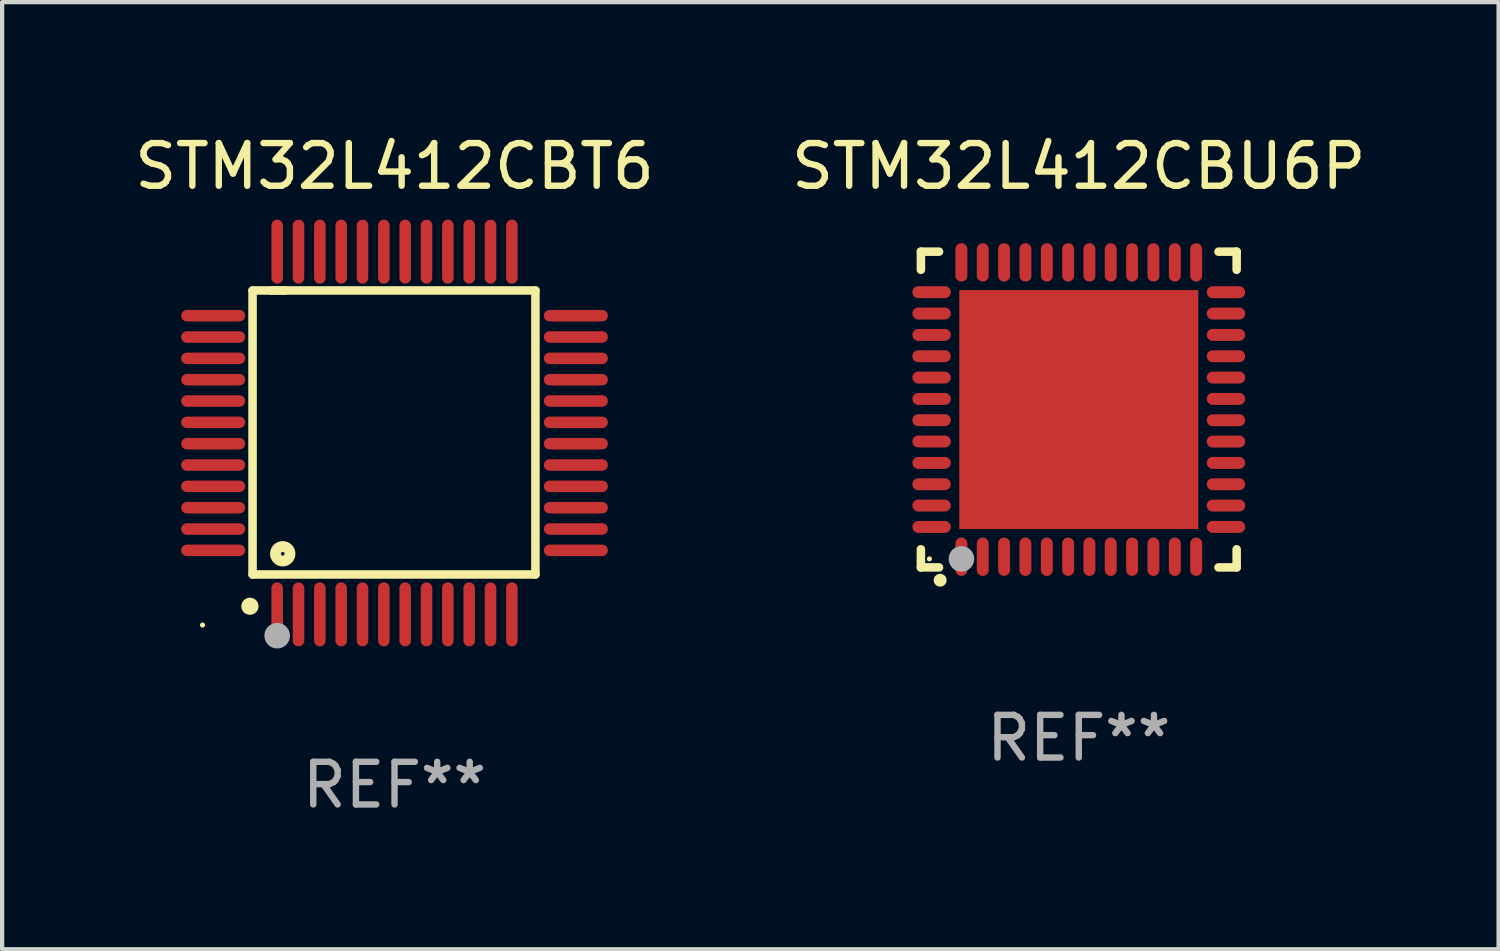
<source format=kicad_pcb>
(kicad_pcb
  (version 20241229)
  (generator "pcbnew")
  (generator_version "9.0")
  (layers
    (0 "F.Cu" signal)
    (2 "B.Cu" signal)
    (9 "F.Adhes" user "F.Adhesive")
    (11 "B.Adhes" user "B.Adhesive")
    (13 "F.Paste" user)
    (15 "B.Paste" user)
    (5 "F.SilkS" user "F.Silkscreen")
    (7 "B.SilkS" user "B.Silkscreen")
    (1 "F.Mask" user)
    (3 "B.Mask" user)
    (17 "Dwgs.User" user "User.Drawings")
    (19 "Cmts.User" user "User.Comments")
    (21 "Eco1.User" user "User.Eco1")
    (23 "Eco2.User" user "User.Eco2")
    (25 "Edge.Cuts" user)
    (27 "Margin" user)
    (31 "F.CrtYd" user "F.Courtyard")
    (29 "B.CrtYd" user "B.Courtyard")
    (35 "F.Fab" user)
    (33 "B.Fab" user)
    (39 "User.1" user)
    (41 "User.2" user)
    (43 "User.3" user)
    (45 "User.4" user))
  (footprint "STM32L412CBU6P"
    (layer "F.Cu")
    (at 22.232 6.548)
    (property "Reference" "STM32L412CBU6P" (at 0 -5.7 0) (layer "F.SilkS") (effects (font (size 1 1) (thickness 0.15))))
    (attr through_hole)
    (fp_line (start -3.7 -3.7) (end -3.275 -3.7) (stroke (width 0.2) (type solid)) (layer "F.SilkS"))
    (fp_line (start -3.7 -3.275) (end -3.7 -3.7) (stroke (width 0.2) (type solid)) (layer "F.SilkS"))
    (fp_line (start -3.7 3.7) (end -3.7 3.275) (stroke (width 0.2) (type solid)) (layer "F.SilkS"))
    (fp_line (start -3.275 3.7) (end -3.7 3.7) (stroke (width 0.2) (type solid)) (layer "F.SilkS"))
    (fp_line (start 3.7 -3.7) (end 3.275 -3.7) (stroke (width 0.2) (type solid)) (layer "F.SilkS"))
    (fp_line (start 3.7 -3.275) (end 3.7 -3.7) (stroke (width 0.2) (type solid)) (layer "F.SilkS"))
    (fp_line (start 3.7 3.275) (end 3.7 3.7) (stroke (width 0.2) (type solid)) (layer "F.SilkS"))
    (fp_line (start 3.7 3.7) (end 3.275 3.7) (stroke (width 0.2) (type solid)) (layer "F.SilkS"))
    (fp_arc (start -3.249936 3.999975) (mid -3.248666 3.99997) (end -3.247396 3.999975) (stroke (width 0.3) (type solid)) (layer "F.SilkS"))
    (fp_circle (center -3.5 3.5) (end -3.47 3.5) (stroke (width 0.06) (type solid)) (fill no) (layer "F.SilkS"))
    (fp_circle (center -2.75 3.5) (end -2.6 3.5) (stroke (width 0.3) (type solid)) (fill no) (layer "F.Fab"))
    (fp_text user "REF**" (at 0 7.7 0) (layer "F.Fab") (effects (font (size 1 1) (thickness 0.15))))
    (pad "1" smd oval (at -2.751 3.449) (size 0.28 0.9) (layers "F.Cu" "F.Mask" "F.Paste"))
    (pad "2" smd oval (at -2.25 3.449) (size 0.28 0.9) (layers "F.Cu" "F.Mask" "F.Paste"))
    (pad "3" smd oval (at -1.75 3.449) (size 0.28 0.9) (layers "F.Cu" "F.Mask" "F.Paste"))
    (pad "4" smd oval (at -1.25 3.449) (size 0.28 0.9) (layers "F.Cu" "F.Mask" "F.Paste"))
    (pad "5" smd oval (at -0.749 3.449) (size 0.28 0.9) (layers "F.Cu" "F.Mask" "F.Paste"))
    (pad "6" smd oval (at -0.249 3.449) (size 0.28 0.9) (layers "F.Cu" "F.Mask" "F.Paste"))
    (pad "7" smd oval (at 0.249 3.449) (size 0.28 0.9) (layers "F.Cu" "F.Mask" "F.Paste"))
    (pad "8" smd oval (at 0.749 3.449) (size 0.28 0.9) (layers "F.Cu" "F.Mask" "F.Paste"))
    (pad "9" smd oval (at 1.25 3.449) (size 0.28 0.9) (layers "F.Cu" "F.Mask" "F.Paste"))
    (pad "10" smd oval (at 1.75 3.449) (size 0.28 0.9) (layers "F.Cu" "F.Mask" "F.Paste"))
    (pad "11" smd oval (at 2.251 3.449) (size 0.28 0.9) (layers "F.Cu" "F.Mask" "F.Paste"))
    (pad "12" smd oval (at 2.751 3.449) (size 0.28 0.9) (layers "F.Cu" "F.Mask" "F.Paste"))
    (pad "13" smd oval (at 3.449 2.75) (size 0.9 0.28) (layers "F.Cu" "F.Mask" "F.Paste"))
    (pad "14" smd oval (at 3.449 2.25) (size 0.9 0.28) (layers "F.Cu" "F.Mask" "F.Paste"))
    (pad "15" smd oval (at 3.449 1.75) (size 0.9 0.28) (layers "F.Cu" "F.Mask" "F.Paste"))
    (pad "16" smd oval (at 3.449 1.25) (size 0.9 0.28) (layers "F.Cu" "F.Mask" "F.Paste"))
    (pad "17" smd oval (at 3.449 0.75) (size 0.9 0.28) (layers "F.Cu" "F.Mask" "F.Paste"))
    (pad "18" smd oval (at 3.449 0.25) (size 0.9 0.28) (layers "F.Cu" "F.Mask" "F.Paste"))
    (pad "19" smd oval (at 3.449 -0.25) (size 0.9 0.28) (layers "F.Cu" "F.Mask" "F.Paste"))
    (pad "20" smd oval (at 3.449 -0.75) (size 0.9 0.28) (layers "F.Cu" "F.Mask" "F.Paste"))
    (pad "21" smd oval (at 3.449 -1.25) (size 0.9 0.28) (layers "F.Cu" "F.Mask" "F.Paste"))
    (pad "22" smd oval (at 3.449 -1.75) (size 0.9 0.28) (layers "F.Cu" "F.Mask" "F.Paste"))
    (pad "23" smd oval (at 3.449 -2.25) (size 0.9 0.28) (layers "F.Cu" "F.Mask" "F.Paste"))
    (pad "24" smd oval (at 3.449 -2.75) (size 0.9 0.28) (layers "F.Cu" "F.Mask" "F.Paste"))
    (pad "25" smd oval (at 2.751 -3.449) (size 0.28 0.9) (layers "F.Cu" "F.Mask" "F.Paste"))
    (pad "26" smd oval (at 2.251 -3.449) (size 0.28 0.9) (layers "F.Cu" "F.Mask" "F.Paste"))
    (pad "27" smd oval (at 1.75 -3.449) (size 0.28 0.9) (layers "F.Cu" "F.Mask" "F.Paste"))
    (pad "28" smd oval (at 1.25 -3.449) (size 0.28 0.9) (layers "F.Cu" "F.Mask" "F.Paste"))
    (pad "29" smd oval (at 0.749 -3.449) (size 0.28 0.9) (layers "F.Cu" "F.Mask" "F.Paste"))
    (pad "30" smd oval (at 0.249 -3.449) (size 0.28 0.9) (layers "F.Cu" "F.Mask" "F.Paste"))
    (pad "31" smd oval (at -0.249 -3.449) (size 0.28 0.9) (layers "F.Cu" "F.Mask" "F.Paste"))
    (pad "32" smd oval (at -0.749 -3.449) (size 0.28 0.9) (layers "F.Cu" "F.Mask" "F.Paste"))
    (pad "33" smd oval (at -1.25 -3.449) (size 0.28 0.9) (layers "F.Cu" "F.Mask" "F.Paste"))
    (pad "34" smd oval (at -1.75 -3.449) (size 0.28 0.9) (layers "F.Cu" "F.Mask" "F.Paste"))
    (pad "35" smd oval (at -2.25 -3.449) (size 0.28 0.9) (layers "F.Cu" "F.Mask" "F.Paste"))
    (pad "36" smd oval (at -2.751 -3.449) (size 0.28 0.9) (layers "F.Cu" "F.Mask" "F.Paste"))
    (pad "37" smd oval (at -3.449 -2.751) (size 0.9 0.28) (layers "F.Cu" "F.Mask" "F.Paste"))
    (pad "38" smd oval (at -3.449 -2.25) (size 0.9 0.28) (layers "F.Cu" "F.Mask" "F.Paste"))
    (pad "39" smd oval (at -3.449 -1.75) (size 0.9 0.28) (layers "F.Cu" "F.Mask" "F.Paste"))
    (pad "40" smd oval (at -3.449 -1.25) (size 0.9 0.28) (layers "F.Cu" "F.Mask" "F.Paste"))
    (pad "41" smd oval (at -3.449 -0.749) (size 0.9 0.28) (layers "F.Cu" "F.Mask" "F.Paste"))
    (pad "42" smd oval (at -3.449 -0.249) (size 0.9 0.28) (layers "F.Cu" "F.Mask" "F.Paste"))
    (pad "43" smd oval (at -3.449 0.249) (size 0.9 0.28) (layers "F.Cu" "F.Mask" "F.Paste"))
    (pad "44" smd oval (at -3.449 0.749) (size 0.9 0.28) (layers "F.Cu" "F.Mask" "F.Paste"))
    (pad "45" smd oval (at -3.449 1.25) (size 0.9 0.28) (layers "F.Cu" "F.Mask" "F.Paste"))
    (pad "46" smd oval (at -3.449 1.75) (size 0.9 0.28) (layers "F.Cu" "F.Mask" "F.Paste"))
    (pad "47" smd oval (at -3.449 2.25) (size 0.9 0.28) (layers "F.Cu" "F.Mask" "F.Paste"))
    (pad "48" smd oval (at -3.449 2.751) (size 0.9 0.28) (layers "F.Cu" "F.Mask" "F.Paste"))
    (pad "49" smd rect (at 0.000076 -0.000025) (size 5.6 5.6) (layers "F.Cu" "F.Mask" "F.Paste")))
  (footprint "STM32L412CBT6"
    (layer "F.Cu")
    (at 6.196 7.098)
    (property "Reference" "STM32L412CBT6" (at 0 -6.25 0) (layer "F.SilkS") (effects (font (size 1 1) (thickness 0.15))))
    (attr through_hole)
    (fp_line (start -3.327 -3.34) (end -2.565 -3.34) (stroke (width 0.2) (type solid)) (layer "F.SilkS"))
    (fp_line (start -3.327 3.315) (end -3.327 -3.34) (stroke (width 0.2) (type solid)) (layer "F.SilkS"))
    (fp_line (start -2.896 -3.34) (end 3.302 -3.34) (stroke (width 0.2) (type solid)) (layer "F.SilkS"))
    (fp_line (start 3.302 -3.34) (end 3.302 3.315) (stroke (width 0.2) (type solid)) (layer "F.SilkS"))
    (fp_line (start 3.302 3.315) (end -3.327 3.315) (stroke (width 0.2) (type solid)) (layer "F.SilkS"))
    (fp_arc (start -3.389992 4.059995) (mid -3.388722 4.059991) (end -3.387452 4.059995) (stroke (width 0.4) (type solid)) (layer "F.SilkS"))
    (fp_circle (center -4.5 4.5) (end -4.47 4.5) (stroke (width 0.06) (type solid)) (fill no) (layer "F.SilkS"))
    (fp_circle (center -2.62 2.83) (end -2.45 2.83) (stroke (width 0.254) (type solid)) (fill no) (layer "F.SilkS"))
    (fp_circle (center -2.75 4.75) (end -2.6 4.75) (stroke (width 0.3) (type solid)) (fill no) (layer "F.Fab"))
    (fp_text user "REF**" (at 0 8.25 0) (layer "F.Fab") (effects (font (size 1 1) (thickness 0.15))))
    (pad "1" smd oval (at -2.75 4.25) (size 0.27 1.5) (layers "F.Cu" "F.Mask" "F.Paste"))
    (pad "2" smd oval (at -2.25 4.25) (size 0.27 1.5) (layers "F.Cu" "F.Mask" "F.Paste"))
    (pad "3" smd oval (at -1.75 4.25) (size 0.27 1.5) (layers "F.Cu" "F.Mask" "F.Paste"))
    (pad "4" smd oval (at -1.25 4.25) (size 0.27 1.5) (layers "F.Cu" "F.Mask" "F.Paste"))
    (pad "5" smd oval (at -0.75 4.25) (size 0.27 1.5) (layers "F.Cu" "F.Mask" "F.Paste"))
    (pad "6" smd oval (at -0.25 4.25) (size 0.27 1.5) (layers "F.Cu" "F.Mask" "F.Paste"))
    (pad "7" smd oval (at 0.25 4.25) (size 0.27 1.5) (layers "F.Cu" "F.Mask" "F.Paste"))
    (pad "8" smd oval (at 0.75 4.25) (size 0.27 1.5) (layers "F.Cu" "F.Mask" "F.Paste"))
    (pad "9" smd oval (at 1.25 4.25) (size 0.27 1.5) (layers "F.Cu" "F.Mask" "F.Paste"))
    (pad "10" smd oval (at 1.75 4.25) (size 0.27 1.5) (layers "F.Cu" "F.Mask" "F.Paste"))
    (pad "11" smd oval (at 2.25 4.25) (size 0.27 1.5) (layers "F.Cu" "F.Mask" "F.Paste"))
    (pad "12" smd oval (at 2.75 4.25) (size 0.27 1.5) (layers "F.Cu" "F.Mask" "F.Paste"))
    (pad "13" smd oval (at 4.25 2.75) (size 1.5 0.27) (layers "F.Cu" "F.Mask" "F.Paste"))
    (pad "14" smd oval (at 4.25 2.25) (size 1.5 0.27) (layers "F.Cu" "F.Mask" "F.Paste"))
    (pad "15" smd oval (at 4.25 1.75) (size 1.5 0.27) (layers "F.Cu" "F.Mask" "F.Paste"))
    (pad "16" smd oval (at 4.25 1.25) (size 1.5 0.27) (layers "F.Cu" "F.Mask" "F.Paste"))
    (pad "17" smd oval (at 4.25 0.75) (size 1.5 0.27) (layers "F.Cu" "F.Mask" "F.Paste"))
    (pad "18" smd oval (at 4.25 0.25) (size 1.5 0.27) (layers "F.Cu" "F.Mask" "F.Paste"))
    (pad "19" smd oval (at 4.25 -0.25) (size 1.5 0.27) (layers "F.Cu" "F.Mask" "F.Paste"))
    (pad "20" smd oval (at 4.25 -0.75) (size 1.5 0.27) (layers "F.Cu" "F.Mask" "F.Paste"))
    (pad "21" smd oval (at 4.25 -1.25) (size 1.5 0.27) (layers "F.Cu" "F.Mask" "F.Paste"))
    (pad "22" smd oval (at 4.25 -1.75) (size 1.5 0.27) (layers "F.Cu" "F.Mask" "F.Paste"))
    (pad "23" smd oval (at 4.25 -2.25) (size 1.5 0.27) (layers "F.Cu" "F.Mask" "F.Paste"))
    (pad "24" smd oval (at 4.25 -2.75) (size 1.5 0.27) (layers "F.Cu" "F.Mask" "F.Paste"))
    (pad "25" smd oval (at 2.75 -4.25) (size 0.27 1.5) (layers "F.Cu" "F.Mask" "F.Paste"))
    (pad "26" smd oval (at 2.25 -4.25) (size 0.27 1.5) (layers "F.Cu" "F.Mask" "F.Paste"))
    (pad "27" smd oval (at 1.75 -4.25) (size 0.27 1.5) (layers "F.Cu" "F.Mask" "F.Paste"))
    (pad "28" smd oval (at 1.25 -4.25) (size 0.27 1.5) (layers "F.Cu" "F.Mask" "F.Paste"))
    (pad "29" smd oval (at 0.75 -4.25) (size 0.27 1.5) (layers "F.Cu" "F.Mask" "F.Paste"))
    (pad "30" smd oval (at 0.25 -4.25) (size 0.27 1.5) (layers "F.Cu" "F.Mask" "F.Paste"))
    (pad "31" smd oval (at -0.25 -4.25) (size 0.27 1.5) (layers "F.Cu" "F.Mask" "F.Paste"))
    (pad "32" smd oval (at -0.75 -4.25) (size 0.27 1.5) (layers "F.Cu" "F.Mask" "F.Paste"))
    (pad "33" smd oval (at -1.25 -4.25) (size 0.27 1.5) (layers "F.Cu" "F.Mask" "F.Paste"))
    (pad "34" smd oval (at -1.75 -4.25) (size 0.27 1.5) (layers "F.Cu" "F.Mask" "F.Paste"))
    (pad "35" smd oval (at -2.25 -4.25) (size 0.27 1.5) (layers "F.Cu" "F.Mask" "F.Paste"))
    (pad "36" smd oval (at -2.75 -4.25) (size 0.27 1.5) (layers "F.Cu" "F.Mask" "F.Paste"))
    (pad "37" smd oval (at -4.25 -2.75) (size 1.5 0.27) (layers "F.Cu" "F.Mask" "F.Paste"))
    (pad "38" smd oval (at -4.25 -2.25) (size 1.5 0.27) (layers "F.Cu" "F.Mask" "F.Paste"))
    (pad "39" smd oval (at -4.25 -1.75) (size 1.5 0.27) (layers "F.Cu" "F.Mask" "F.Paste"))
    (pad "40" smd oval (at -4.25 -1.25) (size 1.5 0.27) (layers "F.Cu" "F.Mask" "F.Paste"))
    (pad "41" smd oval (at -4.25 -0.75) (size 1.5 0.27) (layers "F.Cu" "F.Mask" "F.Paste"))
    (pad "42" smd oval (at -4.25 -0.25) (size 1.5 0.27) (layers "F.Cu" "F.Mask" "F.Paste"))
    (pad "43" smd oval (at -4.25 0.25) (size 1.5 0.27) (layers "F.Cu" "F.Mask" "F.Paste"))
    (pad "44" smd oval (at -4.25 0.75) (size 1.5 0.27) (layers "F.Cu" "F.Mask" "F.Paste"))
    (pad "45" smd oval (at -4.25 1.25) (size 1.5 0.27) (layers "F.Cu" "F.Mask" "F.Paste"))
    (pad "46" smd oval (at -4.25 1.75) (size 1.5 0.27) (layers "F.Cu" "F.Mask" "F.Paste"))
    (pad "47" smd oval (at -4.25 2.25) (size 1.5 0.27) (layers "F.Cu" "F.Mask" "F.Paste"))
    (pad "48" smd oval (at -4.25 2.75) (size 1.5 0.27) (layers "F.Cu" "F.Mask" "F.Paste")))
  (gr_rect
    (start -3 -3)
    (end 32.071 19.196)
    (stroke (width 0.1) (type default))
    (fill no)
    (layer "Edge.Cuts")))
</source>
